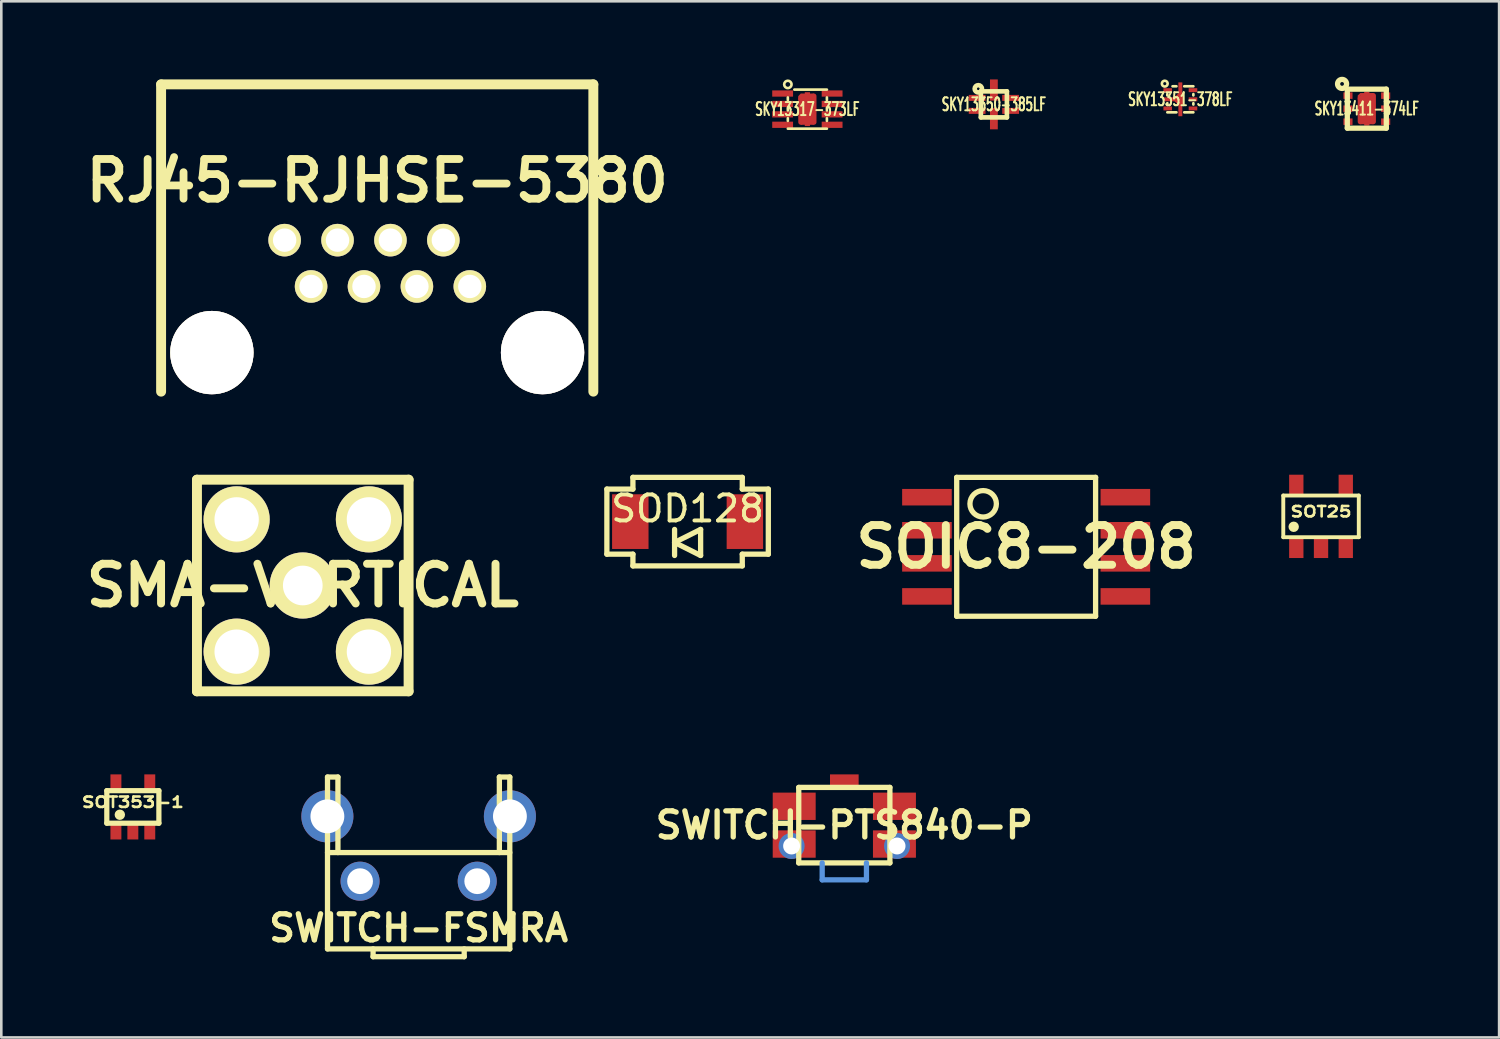
<source format=kicad_pcb>
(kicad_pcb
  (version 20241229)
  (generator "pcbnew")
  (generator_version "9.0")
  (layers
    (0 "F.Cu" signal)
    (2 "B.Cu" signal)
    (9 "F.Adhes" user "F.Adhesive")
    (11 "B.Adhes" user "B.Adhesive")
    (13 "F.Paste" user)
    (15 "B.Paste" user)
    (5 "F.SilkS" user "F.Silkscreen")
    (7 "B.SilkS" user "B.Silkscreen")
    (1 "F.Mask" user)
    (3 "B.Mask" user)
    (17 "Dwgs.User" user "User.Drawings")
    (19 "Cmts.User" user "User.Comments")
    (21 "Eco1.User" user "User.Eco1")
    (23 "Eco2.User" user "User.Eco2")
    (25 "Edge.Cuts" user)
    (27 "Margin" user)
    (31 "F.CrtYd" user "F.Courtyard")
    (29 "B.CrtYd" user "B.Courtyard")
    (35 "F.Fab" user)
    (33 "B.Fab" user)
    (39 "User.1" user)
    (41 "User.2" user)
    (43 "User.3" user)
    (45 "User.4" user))
  (footprint "SOT25"
    (layer "F.Cu")
    (at 47.684 16.781)
    (property "Reference" "SOT25" (at 0 -0.18 0) (layer "F.SilkS") (effects (font (size 0.4 0.5) (thickness 0.1))))
    (attr through_hole)
    (fp_line (start -1.45 -0.8) (end 1.45 -0.8) (stroke (width 0.15) (type solid)) (layer "F.SilkS"))
    (fp_line (start -1.45 0.8) (end -1.45 -0.8) (stroke (width 0.15) (type solid)) (layer "F.SilkS"))
    (fp_line (start 1.45 -0.8) (end 1.45 0.8) (stroke (width 0.15) (type solid)) (layer "F.SilkS"))
    (fp_line (start 1.45 0.8) (end -1.45 0.8) (stroke (width 0.15) (type solid)) (layer "F.SilkS"))
    (fp_circle (center -1.05 0.4) (end -0.95 0.4) (stroke (width 0.2) (type solid)) (fill no) (layer "F.SilkS"))
    (pad "1" smd rect (at -0.95 1.2) (size 0.55 0.8) (layers "F.Cu" "F.Mask" "F.Paste"))
    (pad "2" smd rect (at 0 1.2) (size 0.55 0.8) (layers "F.Cu" "F.Mask" "F.Paste"))
    (pad "3" smd rect (at 0.95 1.2) (size 0.55 0.8) (layers "F.Cu" "F.Mask" "F.Paste"))
    (pad "4" smd rect (at 0.95 -1.2) (size 0.55 0.8) (layers "F.Cu" "F.Mask" "F.Paste"))
    (pad "5" smd rect (at -0.95 -1.2) (size 0.55 0.8) (layers "F.Cu" "F.Mask" "F.Paste")))
  (footprint "SKY13351-378LF"
    (layer "F.Cu")
    (at 42.281 0.764)
    (property "Reference" "SKY13351-378LF" (at 0 0 0) (layer "F.SilkS") (effects (font (size 0.5 0.3) (thickness 0.076))))
    (attr through_hole)
    (fp_line (start -0.5 -0.201) (end -0.5 -0.15) (stroke (width 0.102) (type solid)) (layer "F.SilkS"))
    (fp_line (start -0.5 0.15) (end -0.5 0.201) (stroke (width 0.102) (type solid)) (layer "F.SilkS"))
    (fp_line (start -0.5 0.5) (end -0.15 0.5) (stroke (width 0.102) (type solid)) (layer "F.SilkS"))
    (fp_line (start -0.15 -0.5) (end -0.3 -0.5) (stroke (width 0.102) (type solid)) (layer "F.SilkS"))
    (fp_line (start 0.15 0.5) (end 0.5 0.5) (stroke (width 0.102) (type solid)) (layer "F.SilkS"))
    (fp_line (start 0.5 -0.5) (end 0.15 -0.5) (stroke (width 0.102) (type solid)) (layer "F.SilkS"))
    (fp_line (start 0.5 -0.15) (end 0.5 -0.201) (stroke (width 0.102) (type solid)) (layer "F.SilkS"))
    (fp_line (start 0.5 0.201) (end 0.5 0.15) (stroke (width 0.102) (type solid)) (layer "F.SilkS"))
    (fp_circle (center -0.599 -0.602) (end -0.5 -0.551) (stroke (width 0.102) (type solid)) (fill no) (layer "F.SilkS"))
    (pad "1" smd rect (at -0.485 -0.351) (size 0.33 0.152) (layers "F.Cu" "F.Mask" "F.Paste"))
    (pad "2" smd rect (at -0.325 0) (size 0.65 0.152) (layers "F.Cu" "F.Mask" "F.Paste"))
    (pad "2" smd oval (at -0.109 -0.089 315) (size 0.15 0.399) (layers "F.Cu" "F.Mask" "F.Paste"))
    (pad "2" smd oval (at -0.099 0.089 45) (size 0.15 0.399) (layers "F.Cu" "F.Mask" "F.Paste"))
    (pad "2" smd rect (at 0 0) (size 0.152 1.3) (layers "F.Cu" "F.Mask" "F.Paste"))
    (pad "2" smd oval (at 0.066 0) (size 0.13 0.5) (layers "F.Cu" "F.Mask" "F.Paste"))
    (pad "3" smd rect (at -0.485 0.351) (size 0.33 0.152) (layers "F.Cu" "F.Mask" "F.Paste"))
    (pad "4" smd rect (at 0.485 0.351) (size 0.33 0.152) (layers "F.Cu" "F.Mask" "F.Paste"))
    (pad "5" smd rect (at 0.485 0) (size 0.33 0.152) (layers "F.Cu" "F.Mask" "F.Paste"))
    (pad "6" smd rect (at 0.485 -0.351) (size 0.33 0.152) (layers "F.Cu" "F.Mask" "F.Paste")))
  (footprint "SMA-VERTICAL"
    (layer "F.Cu")
    (at 8.578 19.436)
    (property "Reference" "SMA-VERTICAL" (at 0 0 0) (layer "F.SilkS") (effects (font (size 1.524 1.524) (thickness 0.305))))
    (attr through_hole)
    (fp_line (start -4.064 -4.064) (end -4.064 4.064) (stroke (width 0.381) (type solid)) (layer "F.SilkS"))
    (fp_line (start -4.064 4.064) (end 4.064 4.064) (stroke (width 0.381) (type solid)) (layer "F.SilkS"))
    (fp_line (start 4.064 -4.064) (end -4.064 -4.064) (stroke (width 0.381) (type solid)) (layer "F.SilkS"))
    (fp_line (start 4.064 4.064) (end 4.064 -4.064) (stroke (width 0.381) (type solid)) (layer "F.SilkS"))
    (pad "1" thru_hole circle (at 0 0) (size 2.54 2.54) (drill 1.524) (layers "*.Cu" "*.Mask" "F.SilkS"))
    (pad "2" thru_hole circle (at -2.54 -2.54) (size 2.54 2.54) (drill 1.702) (layers "*.Cu" "*.Mask" "F.SilkS"))
    (pad "2" thru_hole circle (at -2.54 2.54) (size 2.54 2.54) (drill 1.702) (layers "*.Cu" "*.Mask" "F.SilkS"))
    (pad "2" thru_hole circle (at 2.54 -2.54) (size 2.54 2.54) (drill 1.702) (layers "*.Cu" "*.Mask" "F.SilkS"))
    (pad "2" thru_hole circle (at 2.54 2.54) (size 2.54 2.54) (drill 1.702) (layers "*.Cu" "*.Mask" "F.SilkS")))
  (footprint "SOT353-1"
    (layer "F.Cu")
    (at 2.052 27.94)
    (property "Reference" "SOT353-1" (at 0 -0.18 0) (layer "F.SilkS") (effects (font (size 0.4 0.5) (thickness 0.1))))
    (attr through_hole)
    (fp_line (start -1 -0.625) (end 1 -0.625) (stroke (width 0.2) (type solid)) (layer "F.SilkS"))
    (fp_line (start -1 0.625) (end -1 -0.625) (stroke (width 0.2) (type solid)) (layer "F.SilkS"))
    (fp_line (start 1 -0.625) (end 1 0.625) (stroke (width 0.2) (type solid)) (layer "F.SilkS"))
    (fp_line (start 1 0.625) (end -1 0.625) (stroke (width 0.2) (type solid)) (layer "F.SilkS"))
    (fp_circle (center -0.5 0.3) (end -0.4 0.3) (stroke (width 0.2) (type solid)) (fill no) (layer "F.SilkS"))
    (pad "1" smd rect (at -0.65 0.95) (size 0.42 0.6) (layers "F.Cu" "F.Mask" "F.Paste"))
    (pad "2" smd rect (at 0 0.95) (size 0.42 0.6) (layers "F.Cu" "F.Mask" "F.Paste"))
    (pad "3" smd rect (at 0.65 0.95) (size 0.42 0.6) (layers "F.Cu" "F.Mask" "F.Paste"))
    (pad "4" smd rect (at 0.65 -0.95) (size 0.42 0.6) (layers "F.Cu" "F.Mask" "F.Paste"))
    (pad "5" smd rect (at -0.65 -0.95) (size 0.42 0.6) (layers "F.Cu" "F.Mask" "F.Paste")))
  (footprint "SWITCH-PTS840-P"
    (layer "F.Cu")
    (at 29.376 28.64)
    (property "Reference" "SWITCH-PTS840-P" (at 0 0 0) (layer "F.SilkS") (effects (font (size 1.001 1.001) (thickness 0.203))))
    (attr through_hole)
    (fp_line (start -1.75 -1.45) (end -1.75 1.45) (stroke (width 0.203) (type solid)) (layer "F.SilkS"))
    (fp_line (start -1.75 1.45) (end 1.75 1.45) (stroke (width 0.203) (type solid)) (layer "F.SilkS"))
    (fp_line (start 1.75 -1.45) (end -1.75 -1.45) (stroke (width 0.203) (type solid)) (layer "F.SilkS"))
    (fp_line (start 1.75 1.45) (end 1.75 -1.45) (stroke (width 0.203) (type solid)) (layer "F.SilkS"))
    (fp_line (start -0.85 2.1) (end -0.85 1.45) (stroke (width 0.203) (type solid)) (layer "Cmts.User"))
    (fp_line (start -0.85 2.1) (end 0.85 2.1) (stroke (width 0.203) (type solid)) (layer "Cmts.User"))
    (fp_line (start 0.85 2.1) (end 0.85 1.45) (stroke (width 0.203) (type solid)) (layer "Cmts.User"))
    (pad "0" smd rect (at 0 -1.7) (size 1.1 0.5) (layers "F.Cu" "F.Mask" "F.Paste"))
    (pad "1" smd rect (at -1.925 -0.725) (size 1.65 1.05) (layers "F.Cu" "F.Mask" "F.Paste"))
    (pad "1" smd rect (at 1.925 -0.725) (size 1.65 1.05) (layers "F.Cu" "F.Mask" "F.Paste"))
    (pad "2" thru_hole circle (at -2.025 0.8) (size 1 1) (drill 0.65) (layers "*.Cu" "*.Mask"))
    (pad "2" smd rect (at -1.925 0.725) (size 1.65 1.05) (layers "F.Cu" "F.Mask" "F.Paste"))
    (pad "2" smd rect (at 1.925 0.725) (size 1.65 1.05) (layers "F.Cu" "F.Mask" "F.Paste"))
    (pad "2" thru_hole circle (at 2.025 0.8) (size 1 1) (drill 0.65) (layers "*.Cu" "*.Mask")))
  (footprint "SWITCH-FSMRA"
    (layer "F.Cu")
    (at 13.028 30.792)
    (property "Reference" "SWITCH-FSMRA" (at 0 1.8 0) (layer "F.SilkS") (effects (font (size 1.001 1.001) (thickness 0.203))))
    (attr through_hole)
    (fp_line (start -3.5 -4) (end -3.1 -4) (stroke (width 0.203) (type solid)) (layer "F.SilkS"))
    (fp_line (start -3.5 -1.1) (end 3.5 -1.1) (stroke (width 0.203) (type solid)) (layer "F.SilkS"))
    (fp_line (start -3.5 2.6) (end -3.5 -4) (stroke (width 0.203) (type solid)) (layer "F.SilkS"))
    (fp_line (start -3.5 2.6) (end 3.5 2.6) (stroke (width 0.203) (type solid)) (layer "F.SilkS"))
    (fp_line (start -3.1 -4) (end -3.1 -1.1) (stroke (width 0.203) (type solid)) (layer "F.SilkS"))
    (fp_line (start -1.75 2.6) (end -1.75 2.9) (stroke (width 0.203) (type solid)) (layer "F.SilkS"))
    (fp_line (start -1.75 2.9) (end 1.75 2.9) (stroke (width 0.203) (type solid)) (layer "F.SilkS"))
    (fp_line (start 1.75 2.9) (end 1.75 2.6) (stroke (width 0.203) (type solid)) (layer "F.SilkS"))
    (fp_line (start 3.1 -4) (end 3.1 -1.1) (stroke (width 0.203) (type solid)) (layer "F.SilkS"))
    (fp_line (start 3.5 -4) (end 3.1 -4) (stroke (width 0.203) (type solid)) (layer "F.SilkS"))
    (fp_line (start 3.5 -4) (end 3.5 2.6) (stroke (width 0.203) (type solid)) (layer "F.SilkS"))
    (pad "0" thru_hole circle (at -3.505 -2.49) (size 2 2) (drill 1.3) (layers "*.Cu" "*.Mask"))
    (pad "0" thru_hole circle (at 3.505 -2.49) (size 2 2) (drill 1.3) (layers "*.Cu" "*.Mask"))
    (pad "1" thru_hole circle (at -2.25 0) (size 1.5 1.5) (drill 0.99) (layers "*.Cu" "*.Mask"))
    (pad "2" thru_hole circle (at 2.25 0) (size 1.5 1.5) (drill 0.99) (layers "*.Cu" "*.Mask")))
  (footprint "SKY13350-385LF"
    (layer "F.Cu")
    (at 35.12 0.959)
    (property "Reference" "SKY13350-385LF" (at 0 0 0) (layer "F.SilkS") (effects (font (size 0.5 0.3) (thickness 0.076))))
    (attr through_hole)
    (fp_line (start -0.5 -0.5) (end 0.5 -0.5) (stroke (width 0.178) (type solid)) (layer "F.SilkS"))
    (fp_line (start -0.5 0.5) (end -0.5 -0.5) (stroke (width 0.178) (type solid)) (layer "F.SilkS"))
    (fp_line (start 0.5 -0.5) (end 0.5 0.5) (stroke (width 0.178) (type solid)) (layer "F.SilkS"))
    (fp_line (start 0.5 0.5) (end -0.5 0.5) (stroke (width 0.178) (type solid)) (layer "F.SilkS"))
    (fp_circle (center -0.599 -0.599) (end -0.5 -0.5) (stroke (width 0.178) (type solid)) (fill no) (layer "F.SilkS"))
    (pad "1" smd rect (at -0.643 -0.249) (size 0.645 0.23) (layers "F.Cu" "F.Mask" "F.Paste"))
    (pad "2" smd rect (at -0.643 0.249) (size 0.645 0.23) (layers "F.Cu" "F.Mask" "F.Paste"))
    (pad "3" smd rect (at 0 0.552) (size 0.3 0.813) (layers "F.Cu" "F.Mask" "F.Paste"))
    (pad "4" smd rect (at 0.643 0.249) (size 0.645 0.23) (layers "F.Cu" "F.Mask" "F.Paste"))
    (pad "5" smd rect (at 0.643 -0.249) (size 0.645 0.23) (layers "F.Cu" "F.Mask" "F.Paste"))
    (pad "6" smd rect (at 0 -0.552) (size 0.3 0.813) (layers "F.Cu" "F.Mask" "F.Paste")))
  (footprint "RJ45-RJHSE-5380"
    (placed yes)
    (layer "F.Cu")
    (at 11.437 10.491)
    (property "Reference" "RJ45-RJHSE-5380" (at 0 -6.6 0) (layer "F.SilkS") (effects (font (size 1.524 1.524) (thickness 0.3))))
    (attr through_hole)
    (fp_line (start -8.3 -10.3) (end -8.3 1.5) (stroke (width 0.381) (type solid)) (layer "F.SilkS"))
    (fp_line (start 8.3 -10.3) (end -8.3 -10.3) (stroke (width 0.381) (type solid)) (layer "F.SilkS"))
    (fp_line (start 8.3 -10.3) (end 8.3 1.5) (stroke (width 0.381) (type solid)) (layer "F.SilkS"))
    (pad "" thru_hole circle (at -6.35 0) (size 3.2 3.2) (drill 3.2) (layers "*.Cu" "*.Mask" "F.SilkS"))
    (pad "" thru_hole circle (at 6.35 0) (size 3.2 3.2) (drill 3.2) (layers "*.Cu" "*.Mask" "F.SilkS"))
    (pad "1" thru_hole circle (at 3.556 -2.54) (size 1.25 1.25) (drill 0.9) (layers "*.Cu" "*.Mask" "F.SilkS"))
    (pad "2" thru_hole circle (at 2.54 -4.318) (size 1.25 1.25) (drill 0.9) (layers "*.Cu" "*.Mask" "F.SilkS"))
    (pad "3" thru_hole circle (at 1.524 -2.54) (size 1.25 1.25) (drill 0.9) (layers "*.Cu" "*.Mask" "F.SilkS"))
    (pad "4" thru_hole circle (at 0.508 -4.318) (size 1.25 1.25) (drill 0.9) (layers "*.Cu" "*.Mask" "F.SilkS"))
    (pad "5" thru_hole circle (at -0.508 -2.54) (size 1.25 1.25) (drill 0.9) (layers "*.Cu" "*.Mask" "F.SilkS"))
    (pad "6" thru_hole circle (at -1.524 -4.318) (size 1.25 1.25) (drill 0.9) (layers "*.Cu" "*.Mask" "F.SilkS"))
    (pad "7" thru_hole circle (at -2.54 -2.54) (size 1.25 1.25) (drill 0.9) (layers "*.Cu" "*.Mask" "F.SilkS"))
    (pad "8" thru_hole circle (at -3.556 -4.318) (size 1.25 1.25) (drill 0.9) (layers "*.Cu" "*.Mask" "F.SilkS")))
  (footprint "SOD128"
    (placed yes)
    (layer "F.Cu")
    (at 23.357 16.983)
    (property "Reference" "SOD128" (at 0 -0.5 0) (layer "F.SilkS") (effects (font (size 1 1) (thickness 0.15))))
    (attr through_hole)
    (fp_line (start -3.1 -1.25) (end -3.1 1.25) (stroke (width 0.203) (type solid)) (layer "F.SilkS"))
    (fp_line (start -3.1 1.25) (end -2.1 1.25) (stroke (width 0.203) (type solid)) (layer "F.SilkS"))
    (fp_line (start -2.1 -1.7) (end -2.1 -1.25) (stroke (width 0.203) (type solid)) (layer "F.SilkS"))
    (fp_line (start -2.1 -1.7) (end 2.1 -1.7) (stroke (width 0.203) (type solid)) (layer "F.SilkS"))
    (fp_line (start -2.1 -1.25) (end -3.1 -1.25) (stroke (width 0.203) (type solid)) (layer "F.SilkS"))
    (fp_line (start -2.1 1.25) (end -2.1 1.7) (stroke (width 0.203) (type solid)) (layer "F.SilkS"))
    (fp_line (start -0.5 0.3) (end -0.5 1.3) (stroke (width 0.203) (type solid)) (layer "F.SilkS"))
    (fp_line (start -0.5 0.8) (end 0.5 0.3) (stroke (width 0.203) (type solid)) (layer "F.SilkS"))
    (fp_line (start 0.5 0.3) (end 0.5 1.3) (stroke (width 0.203) (type solid)) (layer "F.SilkS"))
    (fp_line (start 0.5 1.3) (end -0.5 0.8) (stroke (width 0.203) (type solid)) (layer "F.SilkS"))
    (fp_line (start 2.1 -1.7) (end 2.1 -1.25) (stroke (width 0.203) (type solid)) (layer "F.SilkS"))
    (fp_line (start 2.1 -1.25) (end 3.1 -1.25) (stroke (width 0.203) (type solid)) (layer "F.SilkS"))
    (fp_line (start 2.1 1.25) (end 2.1 1.7) (stroke (width 0.203) (type solid)) (layer "F.SilkS"))
    (fp_line (start 2.1 1.7) (end -2.1 1.7) (stroke (width 0.203) (type solid)) (layer "F.SilkS"))
    (fp_line (start 3.1 -1.25) (end 3.1 1.25) (stroke (width 0.203) (type solid)) (layer "F.SilkS"))
    (fp_line (start 3.1 1.25) (end 2.1 1.25) (stroke (width 0.203) (type solid)) (layer "F.SilkS"))
    (pad "1" smd rect (at -2.2 0 180) (size 1.4 2.1) (layers "F.Cu" "F.Mask" "F.Paste"))
    (pad "2" smd rect (at 2.2 0 180) (size 1.4 2.1) (layers "F.Cu" "F.Mask" "F.Paste")))
  (footprint "SKY13317-373LF"
    (layer "F.Cu")
    (at 27.957 1.142)
    (property "Reference" "SKY13317-373LF" (at 0 0 0) (layer "F.SilkS") (effects (font (size 0.5 0.3) (thickness 0.076))))
    (attr through_hole)
    (fp_line (start -0.75 -0.35) (end -0.75 -0.45) (stroke (width 0.102) (type solid)) (layer "F.SilkS"))
    (fp_line (start -0.75 0.05) (end -0.75 -0.05) (stroke (width 0.102) (type solid)) (layer "F.SilkS"))
    (fp_line (start -0.75 0.45) (end -0.75 0.35) (stroke (width 0.102) (type solid)) (layer "F.SilkS"))
    (fp_line (start -0.75 0.75) (end 0.75 0.75) (stroke (width 0.102) (type solid)) (layer "F.SilkS"))
    (fp_line (start 0.75 -0.75) (end -0.5 -0.75) (stroke (width 0.102) (type solid)) (layer "F.SilkS"))
    (fp_line (start 0.75 -0.45) (end 0.75 -0.35) (stroke (width 0.102) (type solid)) (layer "F.SilkS"))
    (fp_line (start 0.75 -0.05) (end 0.75 0.05) (stroke (width 0.102) (type solid)) (layer "F.SilkS"))
    (fp_line (start 0.75 0.35) (end 0.75 0.45) (stroke (width 0.102) (type solid)) (layer "F.SilkS"))
    (fp_circle (center -0.75 -0.95) (end -0.65 -0.85) (stroke (width 0.102) (type solid)) (fill no) (layer "F.SilkS"))
    (pad "0" smd rect (at -0.25 -0.425) (size 0.2 0.15) (layers "F.Cu" "F.Mask"))
    (pad "0" smd oval (at -0.25 0.05) (size 0.2 1.1) (layers "F.Cu" "F.Mask"))
    (pad "0" smd rect (at -0.24 -0.49 315) (size 0.171 0.142) (layers "F.Cu" "F.Mask"))
    (pad "0" smd rect (at 0 0) (size 0.2 1.3) (layers "F.Cu" "F.Mask"))
    (pad "0" smd rect (at 0 0) (size 0.5 1.2) (layers "F.Cu" "F.Mask"))
    (pad "0" smd rect (at 0 0) (size 0.6 1.1) (layers "F.Cu" "F.Paste"))
    (pad "0" smd oval (at 0.25 0) (size 0.2 1.2) (layers "F.Cu" "F.Mask"))
    (pad "1" smd rect (at -0.95 -0.6) (size 0.8 0.24) (layers "F.Cu" "F.Mask" "F.Paste"))
    (pad "2" smd rect (at -0.95 -0.2) (size 0.8 0.24) (layers "F.Cu" "F.Mask" "F.Paste"))
    (pad "3" smd rect (at -0.95 0.2) (size 0.8 0.24) (layers "F.Cu" "F.Mask" "F.Paste"))
    (pad "4" smd rect (at -0.95 0.6) (size 0.8 0.24) (layers "F.Cu" "F.Mask" "F.Paste"))
    (pad "5" smd rect (at 0.95 0.6) (size 0.8 0.24) (layers "F.Cu" "F.Mask" "F.Paste"))
    (pad "6" smd rect (at 0.95 0.2) (size 0.8 0.24) (layers "F.Cu" "F.Mask" "F.Paste"))
    (pad "7" smd rect (at 0.95 -0.2) (size 0.8 0.24) (layers "F.Cu" "F.Mask" "F.Paste"))
    (pad "8" smd rect (at 0.95 -0.6) (size 0.8 0.24) (layers "F.Cu" "F.Mask" "F.Paste")))
  (footprint "SOIC8-208"
    (layer "F.Cu")
    (at 36.359 17.95)
    (property "Reference" "SOIC8-208" (at 0 0 0) (layer "F.SilkS") (effects (font (size 1.524 1.524) (thickness 0.305))))
    (attr through_hole)
    (fp_line (start -2.667 -2.667) (end -2.667 2.667) (stroke (width 0.203) (type solid)) (layer "F.SilkS"))
    (fp_line (start -2.667 2.667) (end 2.667 2.667) (stroke (width 0.203) (type solid)) (layer "F.SilkS"))
    (fp_line (start 2.667 -2.667) (end -2.667 -2.667) (stroke (width 0.203) (type solid)) (layer "F.SilkS"))
    (fp_line (start 2.667 2.667) (end 2.667 -2.667) (stroke (width 0.203) (type solid)) (layer "F.SilkS"))
    (fp_circle (center -1.651 -1.651) (end -1.143 -1.651) (stroke (width 0.203) (type solid)) (fill no) (layer "F.SilkS"))
    (pad "1" smd rect (at -3.81 -1.905) (size 1.905 0.635) (layers "F.Cu" "F.Mask" "F.Paste"))
    (pad "2" smd rect (at -3.81 -0.635) (size 1.905 0.635) (layers "F.Cu" "F.Mask" "F.Paste"))
    (pad "3" smd rect (at -3.81 0.635) (size 1.905 0.635) (layers "F.Cu" "F.Mask" "F.Paste"))
    (pad "4" smd rect (at -3.81 1.905) (size 1.905 0.635) (layers "F.Cu" "F.Mask" "F.Paste"))
    (pad "5" smd rect (at 3.81 1.905) (size 1.905 0.635) (layers "F.Cu" "F.Mask" "F.Paste"))
    (pad "6" smd rect (at 3.81 0.635) (size 1.905 0.635) (layers "F.Cu" "F.Mask" "F.Paste"))
    (pad "7" smd rect (at 3.81 -0.635) (size 1.905 0.635) (layers "F.Cu" "F.Mask" "F.Paste"))
    (pad "8" smd rect (at 3.81 -1.905) (size 1.905 0.635) (layers "F.Cu" "F.Mask" "F.Paste")))
  (footprint "SKY13411-374LF"
    (layer "F.Cu")
    (at 49.442 1.123)
    (property "Reference" "SKY13411-374LF" (at 0 0 0) (layer "F.SilkS") (effects (font (size 0.5 0.3) (thickness 0.076))))
    (attr through_hole)
    (fp_line (start -0.749 -0.749) (end 0.749 -0.749) (stroke (width 0.203) (type solid)) (layer "F.SilkS"))
    (fp_line (start -0.749 0.749) (end -0.749 -0.749) (stroke (width 0.203) (type solid)) (layer "F.SilkS"))
    (fp_line (start 0.749 -0.749) (end 0.749 0.749) (stroke (width 0.203) (type solid)) (layer "F.SilkS"))
    (fp_line (start 0.749 0.749) (end -0.749 0.749) (stroke (width 0.203) (type solid)) (layer "F.SilkS"))
    (fp_circle (center -0.95 -0.95) (end -0.899 -0.899) (stroke (width 0.203) (type solid)) (fill no) (layer "F.SilkS"))
    (pad "0" smd rect (at -0.274 -0.526 315) (size 0.071 0.142) (layers "F.Cu" "F.Mask" "F.Paste"))
    (pad "0" smd rect (at -0.249 -0.424) (size 0.201 0.15) (layers "F.Cu" "F.Mask" "F.Paste"))
    (pad "0" smd oval (at -0.249 0.051) (size 0.201 1.1) (layers "F.Cu" "F.Mask" "F.Paste"))
    (pad "0" smd rect (at 0 0) (size 0.201 1.3) (layers "F.Cu" "F.Mask" "F.Paste"))
    (pad "0" smd rect (at 0 0) (size 0.5 1.199) (layers "F.Cu" "F.Mask" "F.Paste"))
    (pad "0" smd oval (at 0.249 0) (size 0.201 1.199) (layers "F.Cu" "F.Mask" "F.Paste"))
    (pad "1" smd rect (at -0.724 -0.5) (size 0.351 0.249) (layers "F.Cu" "F.Mask" "F.Paste"))
    (pad "2" smd rect (at -0.724 0) (size 0.351 0.249) (layers "F.Cu" "F.Mask" "F.Paste"))
    (pad "3" smd rect (at -0.724 0.5) (size 0.351 0.249) (layers "F.Cu" "F.Mask" "F.Paste"))
    (pad "4" smd rect (at 0.724 0.5) (size 0.351 0.249) (layers "F.Cu" "F.Mask" "F.Paste"))
    (pad "5" smd rect (at 0.724 0) (size 0.351 0.249) (layers "F.Cu" "F.Mask" "F.Paste"))
    (pad "6" smd rect (at 0.724 -0.5) (size 0.351 0.249) (layers "F.Cu" "F.Mask" "F.Paste")))
  (gr_rect
    (start -3 -3)
    (end 54.523 36.793)
    (stroke (width 0.1) (type default))
    (fill no)
    (layer "Edge.Cuts")))
</source>
